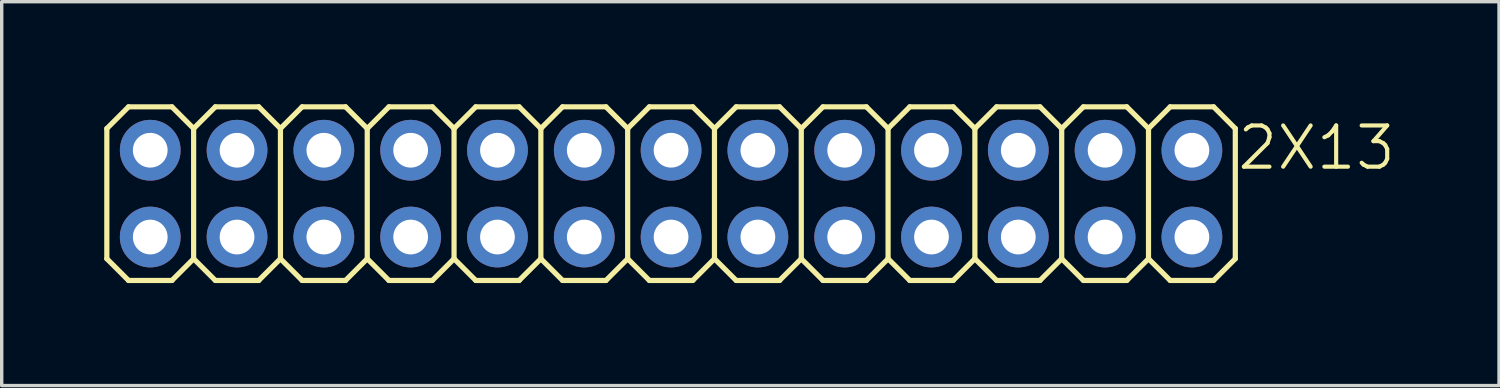
<source format=kicad_pcb>
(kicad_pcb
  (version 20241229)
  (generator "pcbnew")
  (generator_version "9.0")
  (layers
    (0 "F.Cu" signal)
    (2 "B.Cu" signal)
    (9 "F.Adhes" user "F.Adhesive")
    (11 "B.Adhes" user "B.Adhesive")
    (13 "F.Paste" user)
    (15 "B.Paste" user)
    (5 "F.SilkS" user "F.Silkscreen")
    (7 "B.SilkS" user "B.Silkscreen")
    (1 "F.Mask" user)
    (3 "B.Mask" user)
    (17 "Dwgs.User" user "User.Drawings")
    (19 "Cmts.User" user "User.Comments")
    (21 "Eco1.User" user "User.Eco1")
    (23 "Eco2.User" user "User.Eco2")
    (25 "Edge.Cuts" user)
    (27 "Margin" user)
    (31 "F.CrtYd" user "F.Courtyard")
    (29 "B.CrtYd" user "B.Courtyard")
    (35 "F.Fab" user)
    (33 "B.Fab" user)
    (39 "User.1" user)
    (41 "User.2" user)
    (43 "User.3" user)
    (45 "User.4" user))
  (footprint "2X13"
    (layer "F.Cu")
    (at 16.586 2.616)
    (property "Reference" "2X13" (at 16.51 -0.635 0) (layer "F.SilkS") (effects (font (size 1.206 1.206) (thickness 0.121)) (justify left bottom)))
    (attr through_hole)
    (fp_line (start -16.51 -1.905) (end -15.875 -2.54) (stroke (width 0.152) (type solid)) (layer "F.SilkS"))
    (fp_line (start -16.51 1.905) (end -16.51 -1.905) (stroke (width 0.152) (type solid)) (layer "F.SilkS"))
    (fp_line (start -16.51 1.905) (end -15.875 2.54) (stroke (width 0.152) (type solid)) (layer "F.SilkS"))
    (fp_line (start -15.875 -2.54) (end -14.605 -2.54) (stroke (width 0.152) (type solid)) (layer "F.SilkS"))
    (fp_line (start -15.875 2.54) (end -14.605 2.54) (stroke (width 0.152) (type solid)) (layer "F.SilkS"))
    (fp_line (start -14.605 -2.54) (end -13.97 -1.905) (stroke (width 0.152) (type solid)) (layer "F.SilkS"))
    (fp_line (start -14.605 2.54) (end -13.97 1.905) (stroke (width 0.152) (type solid)) (layer "F.SilkS"))
    (fp_line (start -13.97 -1.905) (end -13.97 1.905) (stroke (width 0.152) (type solid)) (layer "F.SilkS"))
    (fp_line (start -13.97 -1.905) (end -13.335 -2.54) (stroke (width 0.152) (type solid)) (layer "F.SilkS"))
    (fp_line (start -13.97 1.905) (end -13.335 2.54) (stroke (width 0.152) (type solid)) (layer "F.SilkS"))
    (fp_line (start -13.335 -2.54) (end -12.065 -2.54) (stroke (width 0.152) (type solid)) (layer "F.SilkS"))
    (fp_line (start -13.335 2.54) (end -12.065 2.54) (stroke (width 0.152) (type solid)) (layer "F.SilkS"))
    (fp_line (start -12.065 -2.54) (end -11.43 -1.905) (stroke (width 0.152) (type solid)) (layer "F.SilkS"))
    (fp_line (start -12.065 2.54) (end -11.43 1.905) (stroke (width 0.152) (type solid)) (layer "F.SilkS"))
    (fp_line (start -11.43 -1.905) (end -11.43 1.905) (stroke (width 0.152) (type solid)) (layer "F.SilkS"))
    (fp_line (start -11.43 -1.905) (end -10.795 -2.54) (stroke (width 0.152) (type solid)) (layer "F.SilkS"))
    (fp_line (start -11.43 1.905) (end -10.795 2.54) (stroke (width 0.152) (type solid)) (layer "F.SilkS"))
    (fp_line (start -10.795 -2.54) (end -9.525 -2.54) (stroke (width 0.152) (type solid)) (layer "F.SilkS"))
    (fp_line (start -10.795 2.54) (end -9.525 2.54) (stroke (width 0.152) (type solid)) (layer "F.SilkS"))
    (fp_line (start -9.525 -2.54) (end -8.89 -1.905) (stroke (width 0.152) (type solid)) (layer "F.SilkS"))
    (fp_line (start -9.525 2.54) (end -8.89 1.905) (stroke (width 0.152) (type solid)) (layer "F.SilkS"))
    (fp_line (start -8.89 -1.905) (end -8.89 1.905) (stroke (width 0.152) (type solid)) (layer "F.SilkS"))
    (fp_line (start -8.89 -1.905) (end -8.255 -2.54) (stroke (width 0.152) (type solid)) (layer "F.SilkS"))
    (fp_line (start -8.89 1.905) (end -8.255 2.54) (stroke (width 0.152) (type solid)) (layer "F.SilkS"))
    (fp_line (start -8.255 -2.54) (end -6.985 -2.54) (stroke (width 0.152) (type solid)) (layer "F.SilkS"))
    (fp_line (start -8.255 2.54) (end -6.985 2.54) (stroke (width 0.152) (type solid)) (layer "F.SilkS"))
    (fp_line (start -6.985 -2.54) (end -6.35 -1.905) (stroke (width 0.152) (type solid)) (layer "F.SilkS"))
    (fp_line (start -6.985 2.54) (end -6.35 1.905) (stroke (width 0.152) (type solid)) (layer "F.SilkS"))
    (fp_line (start -6.35 -1.905) (end -6.35 1.905) (stroke (width 0.152) (type solid)) (layer "F.SilkS"))
    (fp_line (start -6.35 -1.905) (end -5.715 -2.54) (stroke (width 0.152) (type solid)) (layer "F.SilkS"))
    (fp_line (start -6.35 1.905) (end -5.715 2.54) (stroke (width 0.152) (type solid)) (layer "F.SilkS"))
    (fp_line (start -5.715 -2.54) (end -4.445 -2.54) (stroke (width 0.152) (type solid)) (layer "F.SilkS"))
    (fp_line (start -5.715 2.54) (end -4.445 2.54) (stroke (width 0.152) (type solid)) (layer "F.SilkS"))
    (fp_line (start -4.445 -2.54) (end -3.81 -1.905) (stroke (width 0.152) (type solid)) (layer "F.SilkS"))
    (fp_line (start -4.445 2.54) (end -3.81 1.905) (stroke (width 0.152) (type solid)) (layer "F.SilkS"))
    (fp_line (start -3.81 -1.905) (end -3.81 1.905) (stroke (width 0.152) (type solid)) (layer "F.SilkS"))
    (fp_line (start -3.81 -1.905) (end -3.175 -2.54) (stroke (width 0.152) (type solid)) (layer "F.SilkS"))
    (fp_line (start -3.81 1.905) (end -3.175 2.54) (stroke (width 0.152) (type solid)) (layer "F.SilkS"))
    (fp_line (start -3.175 -2.54) (end -1.905 -2.54) (stroke (width 0.152) (type solid)) (layer "F.SilkS"))
    (fp_line (start -3.175 2.54) (end -1.905 2.54) (stroke (width 0.152) (type solid)) (layer "F.SilkS"))
    (fp_line (start -1.905 -2.54) (end -1.27 -1.905) (stroke (width 0.152) (type solid)) (layer "F.SilkS"))
    (fp_line (start -1.905 2.54) (end -1.27 1.905) (stroke (width 0.152) (type solid)) (layer "F.SilkS"))
    (fp_line (start -1.27 -1.905) (end -1.27 1.905) (stroke (width 0.152) (type solid)) (layer "F.SilkS"))
    (fp_line (start -1.27 -1.905) (end -0.635 -2.54) (stroke (width 0.152) (type solid)) (layer "F.SilkS"))
    (fp_line (start -1.27 1.905) (end -0.635 2.54) (stroke (width 0.152) (type solid)) (layer "F.SilkS"))
    (fp_line (start -0.635 -2.54) (end 0.635 -2.54) (stroke (width 0.152) (type solid)) (layer "F.SilkS"))
    (fp_line (start 0.635 -2.54) (end 1.27 -1.905) (stroke (width 0.152) (type solid)) (layer "F.SilkS"))
    (fp_line (start 0.635 2.54) (end -0.635 2.54) (stroke (width 0.152) (type solid)) (layer "F.SilkS"))
    (fp_line (start 1.27 -1.905) (end 1.27 1.905) (stroke (width 0.152) (type solid)) (layer "F.SilkS"))
    (fp_line (start 1.27 -1.905) (end 1.905 -2.54) (stroke (width 0.152) (type solid)) (layer "F.SilkS"))
    (fp_line (start 1.27 1.905) (end 0.635 2.54) (stroke (width 0.152) (type solid)) (layer "F.SilkS"))
    (fp_line (start 1.27 1.905) (end 1.905 2.54) (stroke (width 0.152) (type solid)) (layer "F.SilkS"))
    (fp_line (start 1.905 -2.54) (end 3.175 -2.54) (stroke (width 0.152) (type solid)) (layer "F.SilkS"))
    (fp_line (start 3.175 -2.54) (end 3.81 -1.905) (stroke (width 0.152) (type solid)) (layer "F.SilkS"))
    (fp_line (start 3.175 2.54) (end 1.905 2.54) (stroke (width 0.152) (type solid)) (layer "F.SilkS"))
    (fp_line (start 3.81 -1.905) (end 3.81 1.905) (stroke (width 0.152) (type solid)) (layer "F.SilkS"))
    (fp_line (start 3.81 -1.905) (end 4.445 -2.54) (stroke (width 0.152) (type solid)) (layer "F.SilkS"))
    (fp_line (start 3.81 1.905) (end 3.175 2.54) (stroke (width 0.152) (type solid)) (layer "F.SilkS"))
    (fp_line (start 3.81 1.905) (end 4.445 2.54) (stroke (width 0.152) (type solid)) (layer "F.SilkS"))
    (fp_line (start 4.445 -2.54) (end 5.715 -2.54) (stroke (width 0.152) (type solid)) (layer "F.SilkS"))
    (fp_line (start 5.715 -2.54) (end 6.35 -1.905) (stroke (width 0.152) (type solid)) (layer "F.SilkS"))
    (fp_line (start 5.715 2.54) (end 4.445 2.54) (stroke (width 0.152) (type solid)) (layer "F.SilkS"))
    (fp_line (start 6.35 -1.905) (end 6.35 1.905) (stroke (width 0.152) (type solid)) (layer "F.SilkS"))
    (fp_line (start 6.35 -1.905) (end 6.985 -2.54) (stroke (width 0.152) (type solid)) (layer "F.SilkS"))
    (fp_line (start 6.35 1.905) (end 5.715 2.54) (stroke (width 0.152) (type solid)) (layer "F.SilkS"))
    (fp_line (start 6.35 1.905) (end 6.985 2.54) (stroke (width 0.152) (type solid)) (layer "F.SilkS"))
    (fp_line (start 6.985 -2.54) (end 8.255 -2.54) (stroke (width 0.152) (type solid)) (layer "F.SilkS"))
    (fp_line (start 8.255 -2.54) (end 8.89 -1.905) (stroke (width 0.152) (type solid)) (layer "F.SilkS"))
    (fp_line (start 8.255 2.54) (end 6.985 2.54) (stroke (width 0.152) (type solid)) (layer "F.SilkS"))
    (fp_line (start 8.89 -1.905) (end 8.89 1.905) (stroke (width 0.152) (type solid)) (layer "F.SilkS"))
    (fp_line (start 8.89 -1.905) (end 9.525 -2.54) (stroke (width 0.152) (type solid)) (layer "F.SilkS"))
    (fp_line (start 8.89 1.905) (end 8.255 2.54) (stroke (width 0.152) (type solid)) (layer "F.SilkS"))
    (fp_line (start 8.89 1.905) (end 9.525 2.54) (stroke (width 0.152) (type solid)) (layer "F.SilkS"))
    (fp_line (start 9.525 -2.54) (end 10.795 -2.54) (stroke (width 0.152) (type solid)) (layer "F.SilkS"))
    (fp_line (start 10.795 -2.54) (end 11.43 -1.905) (stroke (width 0.152) (type solid)) (layer "F.SilkS"))
    (fp_line (start 10.795 2.54) (end 9.525 2.54) (stroke (width 0.152) (type solid)) (layer "F.SilkS"))
    (fp_line (start 11.43 -1.905) (end 11.43 1.905) (stroke (width 0.152) (type solid)) (layer "F.SilkS"))
    (fp_line (start 11.43 -1.905) (end 12.065 -2.54) (stroke (width 0.152) (type solid)) (layer "F.SilkS"))
    (fp_line (start 11.43 1.905) (end 10.795 2.54) (stroke (width 0.152) (type solid)) (layer "F.SilkS"))
    (fp_line (start 11.43 1.905) (end 12.065 2.54) (stroke (width 0.152) (type solid)) (layer "F.SilkS"))
    (fp_line (start 12.065 -2.54) (end 13.335 -2.54) (stroke (width 0.152) (type solid)) (layer "F.SilkS"))
    (fp_line (start 13.335 2.54) (end 12.065 2.54) (stroke (width 0.152) (type solid)) (layer "F.SilkS"))
    (fp_line (start 13.97 -1.905) (end 13.335 -2.54) (stroke (width 0.152) (type solid)) (layer "F.SilkS"))
    (fp_line (start 13.97 -1.905) (end 13.97 1.905) (stroke (width 0.152) (type solid)) (layer "F.SilkS"))
    (fp_line (start 13.97 -1.905) (end 14.605 -2.54) (stroke (width 0.152) (type solid)) (layer "F.SilkS"))
    (fp_line (start 13.97 1.905) (end 13.335 2.54) (stroke (width 0.152) (type solid)) (layer "F.SilkS"))
    (fp_line (start 13.97 1.905) (end 14.605 2.54) (stroke (width 0.152) (type solid)) (layer "F.SilkS"))
    (fp_line (start 14.605 -2.54) (end 15.875 -2.54) (stroke (width 0.152) (type solid)) (layer "F.SilkS"))
    (fp_line (start 15.875 2.54) (end 14.605 2.54) (stroke (width 0.152) (type solid)) (layer "F.SilkS"))
    (fp_line (start 16.51 -1.905) (end 15.875 -2.54) (stroke (width 0.152) (type solid)) (layer "F.SilkS"))
    (fp_line (start 16.51 -1.905) (end 16.51 1.905) (stroke (width 0.152) (type solid)) (layer "F.SilkS"))
    (fp_line (start 16.51 1.905) (end 15.875 2.54) (stroke (width 0.152) (type solid)) (layer "F.SilkS"))
    (fp_poly (pts (xy -15.494 -1.016) (xy -14.986 -1.016) (xy -14.986 -1.524) (xy -15.494 -1.524)) (stroke (width 0) (type solid)) (fill yes) (layer "F.SilkS"))
    (fp_poly (pts (xy -15.494 1.524) (xy -14.986 1.524) (xy -14.986 1.016) (xy -15.494 1.016)) (stroke (width 0) (type solid)) (fill yes) (layer "F.SilkS"))
    (fp_poly (pts (xy -12.954 -1.016) (xy -12.446 -1.016) (xy -12.446 -1.524) (xy -12.954 -1.524)) (stroke (width 0) (type solid)) (fill yes) (layer "F.SilkS"))
    (fp_poly (pts (xy -12.954 1.524) (xy -12.446 1.524) (xy -12.446 1.016) (xy -12.954 1.016)) (stroke (width 0) (type solid)) (fill yes) (layer "F.SilkS"))
    (fp_poly (pts (xy -10.414 -1.016) (xy -9.906 -1.016) (xy -9.906 -1.524) (xy -10.414 -1.524)) (stroke (width 0) (type solid)) (fill yes) (layer "F.SilkS"))
    (fp_poly (pts (xy -10.414 1.524) (xy -9.906 1.524) (xy -9.906 1.016) (xy -10.414 1.016)) (stroke (width 0) (type solid)) (fill yes) (layer "F.SilkS"))
    (fp_poly (pts (xy -7.874 -1.016) (xy -7.366 -1.016) (xy -7.366 -1.524) (xy -7.874 -1.524)) (stroke (width 0) (type solid)) (fill yes) (layer "F.SilkS"))
    (fp_poly (pts (xy -7.874 1.524) (xy -7.366 1.524) (xy -7.366 1.016) (xy -7.874 1.016)) (stroke (width 0) (type solid)) (fill yes) (layer "F.SilkS"))
    (fp_poly (pts (xy -5.334 -1.016) (xy -4.826 -1.016) (xy -4.826 -1.524) (xy -5.334 -1.524)) (stroke (width 0) (type solid)) (fill yes) (layer "F.SilkS"))
    (fp_poly (pts (xy -5.334 1.524) (xy -4.826 1.524) (xy -4.826 1.016) (xy -5.334 1.016)) (stroke (width 0) (type solid)) (fill yes) (layer "F.SilkS"))
    (fp_poly (pts (xy -2.794 -1.016) (xy -2.286 -1.016) (xy -2.286 -1.524) (xy -2.794 -1.524)) (stroke (width 0) (type solid)) (fill yes) (layer "F.SilkS"))
    (fp_poly (pts (xy -2.794 1.524) (xy -2.286 1.524) (xy -2.286 1.016) (xy -2.794 1.016)) (stroke (width 0) (type solid)) (fill yes) (layer "F.SilkS"))
    (fp_poly (pts (xy -0.254 -1.016) (xy 0.254 -1.016) (xy 0.254 -1.524) (xy -0.254 -1.524)) (stroke (width 0) (type solid)) (fill yes) (layer "F.SilkS"))
    (fp_poly (pts (xy -0.254 1.524) (xy 0.254 1.524) (xy 0.254 1.016) (xy -0.254 1.016)) (stroke (width 0) (type solid)) (fill yes) (layer "F.SilkS"))
    (fp_poly (pts (xy 2.286 -1.016) (xy 2.794 -1.016) (xy 2.794 -1.524) (xy 2.286 -1.524)) (stroke (width 0) (type solid)) (fill yes) (layer "F.SilkS"))
    (fp_poly (pts (xy 2.286 1.524) (xy 2.794 1.524) (xy 2.794 1.016) (xy 2.286 1.016)) (stroke (width 0) (type solid)) (fill yes) (layer "F.SilkS"))
    (fp_poly (pts (xy 4.826 -1.016) (xy 5.334 -1.016) (xy 5.334 -1.524) (xy 4.826 -1.524)) (stroke (width 0) (type solid)) (fill yes) (layer "F.SilkS"))
    (fp_poly (pts (xy 4.826 1.524) (xy 5.334 1.524) (xy 5.334 1.016) (xy 4.826 1.016)) (stroke (width 0) (type solid)) (fill yes) (layer "F.SilkS"))
    (fp_poly (pts (xy 7.366 -1.016) (xy 7.874 -1.016) (xy 7.874 -1.524) (xy 7.366 -1.524)) (stroke (width 0) (type solid)) (fill yes) (layer "F.SilkS"))
    (fp_poly (pts (xy 7.366 1.524) (xy 7.874 1.524) (xy 7.874 1.016) (xy 7.366 1.016)) (stroke (width 0) (type solid)) (fill yes) (layer "F.SilkS"))
    (fp_poly (pts (xy 9.906 -1.016) (xy 10.414 -1.016) (xy 10.414 -1.524) (xy 9.906 -1.524)) (stroke (width 0) (type solid)) (fill yes) (layer "F.SilkS"))
    (fp_poly (pts (xy 9.906 1.524) (xy 10.414 1.524) (xy 10.414 1.016) (xy 9.906 1.016)) (stroke (width 0) (type solid)) (fill yes) (layer "F.SilkS"))
    (fp_poly (pts (xy 12.446 -1.016) (xy 12.954 -1.016) (xy 12.954 -1.524) (xy 12.446 -1.524)) (stroke (width 0) (type solid)) (fill yes) (layer "F.SilkS"))
    (fp_poly (pts (xy 12.446 1.524) (xy 12.954 1.524) (xy 12.954 1.016) (xy 12.446 1.016)) (stroke (width 0) (type solid)) (fill yes) (layer "F.SilkS"))
    (fp_poly (pts (xy 14.986 -1.016) (xy 15.494 -1.016) (xy 15.494 -1.524) (xy 14.986 -1.524)) (stroke (width 0) (type solid)) (fill yes) (layer "F.SilkS"))
    (fp_poly (pts (xy 14.986 1.524) (xy 15.494 1.524) (xy 15.494 1.016) (xy 14.986 1.016)) (stroke (width 0) (type solid)) (fill yes) (layer "F.SilkS"))
    (pad "1" thru_hole circle (at -15.24 1.27) (size 1.778 1.778) (drill 1.016) (layers "*.Cu" "*.Mask"))
    (pad "2" thru_hole circle (at -15.24 -1.27) (size 1.778 1.778) (drill 1.016) (layers "*.Cu" "*.Mask"))
    (pad "3" thru_hole circle (at -12.7 1.27) (size 1.778 1.778) (drill 1.016) (layers "*.Cu" "*.Mask"))
    (pad "4" thru_hole circle (at -12.7 -1.27) (size 1.778 1.778) (drill 1.016) (layers "*.Cu" "*.Mask"))
    (pad "5" thru_hole circle (at -10.16 1.27) (size 1.778 1.778) (drill 1.016) (layers "*.Cu" "*.Mask"))
    (pad "6" thru_hole circle (at -10.16 -1.27) (size 1.778 1.778) (drill 1.016) (layers "*.Cu" "*.Mask"))
    (pad "7" thru_hole circle (at -7.62 1.27) (size 1.778 1.778) (drill 1.016) (layers "*.Cu" "*.Mask"))
    (pad "8" thru_hole circle (at -7.62 -1.27) (size 1.778 1.778) (drill 1.016) (layers "*.Cu" "*.Mask"))
    (pad "9" thru_hole circle (at -5.08 1.27) (size 1.778 1.778) (drill 1.016) (layers "*.Cu" "*.Mask"))
    (pad "10" thru_hole circle (at -5.08 -1.27) (size 1.778 1.778) (drill 1.016) (layers "*.Cu" "*.Mask"))
    (pad "11" thru_hole circle (at -2.54 1.27) (size 1.778 1.778) (drill 1.016) (layers "*.Cu" "*.Mask"))
    (pad "12" thru_hole circle (at -2.54 -1.27) (size 1.778 1.778) (drill 1.016) (layers "*.Cu" "*.Mask"))
    (pad "13" thru_hole circle (at 0 1.27) (size 1.778 1.778) (drill 1.016) (layers "*.Cu" "*.Mask"))
    (pad "14" thru_hole circle (at 0 -1.27) (size 1.778 1.778) (drill 1.016) (layers "*.Cu" "*.Mask"))
    (pad "15" thru_hole circle (at 2.54 1.27) (size 1.778 1.778) (drill 1.016) (layers "*.Cu" "*.Mask"))
    (pad "16" thru_hole circle (at 2.54 -1.27) (size 1.778 1.778) (drill 1.016) (layers "*.Cu" "*.Mask"))
    (pad "17" thru_hole circle (at 5.08 1.27) (size 1.778 1.778) (drill 1.016) (layers "*.Cu" "*.Mask"))
    (pad "18" thru_hole circle (at 5.08 -1.27) (size 1.778 1.778) (drill 1.016) (layers "*.Cu" "*.Mask"))
    (pad "19" thru_hole circle (at 7.62 1.27) (size 1.778 1.778) (drill 1.016) (layers "*.Cu" "*.Mask"))
    (pad "20" thru_hole circle (at 7.62 -1.27) (size 1.778 1.778) (drill 1.016) (layers "*.Cu" "*.Mask"))
    (pad "21" thru_hole circle (at 10.16 1.27) (size 1.778 1.778) (drill 1.016) (layers "*.Cu" "*.Mask"))
    (pad "22" thru_hole circle (at 10.16 -1.27) (size 1.778 1.778) (drill 1.016) (layers "*.Cu" "*.Mask"))
    (pad "23" thru_hole circle (at 12.7 1.27) (size 1.778 1.778) (drill 1.016) (layers "*.Cu" "*.Mask"))
    (pad "24" thru_hole circle (at 12.7 -1.27) (size 1.778 1.778) (drill 1.016) (layers "*.Cu" "*.Mask"))
    (pad "25" thru_hole circle (at 15.24 1.27) (size 1.778 1.778) (drill 1.016) (layers "*.Cu" "*.Mask"))
    (pad "26" thru_hole circle (at 15.24 -1.27) (size 1.778 1.778) (drill 1.016) (layers "*.Cu" "*.Mask")))
  (gr_rect
    (start -3 -3)
    (end 40.813 8.232)
    (stroke (width 0.1) (type default))
    (fill no)
    (layer "Edge.Cuts")))
</source>
